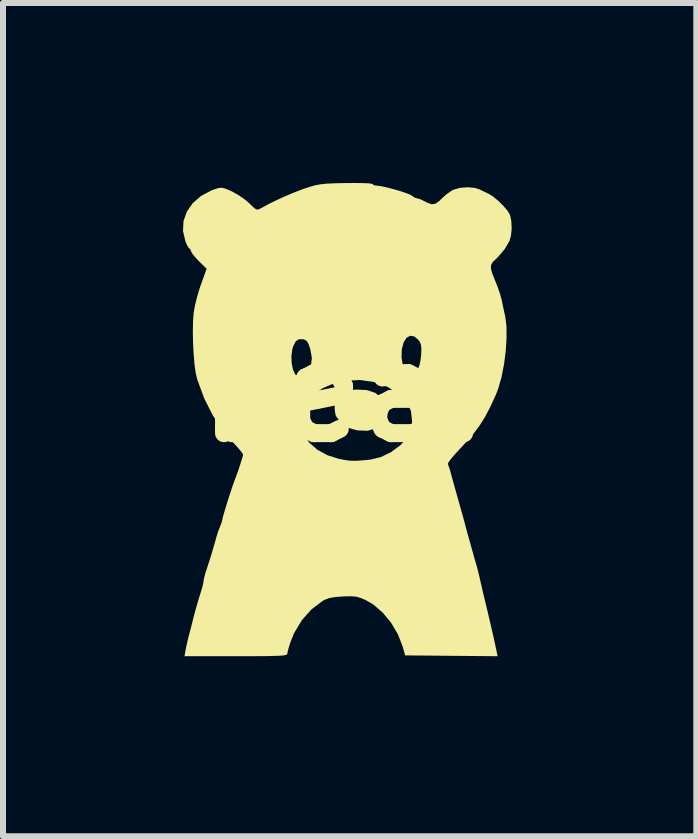
<source format=kicad_pcb>
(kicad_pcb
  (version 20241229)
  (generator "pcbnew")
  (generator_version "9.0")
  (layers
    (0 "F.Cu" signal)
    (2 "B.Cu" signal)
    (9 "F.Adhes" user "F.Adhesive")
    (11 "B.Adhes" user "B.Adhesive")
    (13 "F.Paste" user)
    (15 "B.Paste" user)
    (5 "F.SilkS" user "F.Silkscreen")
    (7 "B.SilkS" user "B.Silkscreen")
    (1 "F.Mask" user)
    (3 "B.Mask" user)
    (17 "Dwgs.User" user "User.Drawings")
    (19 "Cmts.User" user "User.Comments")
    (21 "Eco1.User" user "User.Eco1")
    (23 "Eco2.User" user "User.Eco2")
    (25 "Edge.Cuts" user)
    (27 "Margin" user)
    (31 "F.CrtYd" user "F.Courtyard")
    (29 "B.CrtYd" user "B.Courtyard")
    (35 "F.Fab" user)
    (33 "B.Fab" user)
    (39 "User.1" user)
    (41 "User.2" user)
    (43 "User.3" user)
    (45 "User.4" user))
  (footprint "bear"
    (layer "F.Cu")
    (at 2.791 3.491)
    (property "Reference" "bear" (at 0 0 0) (layer "F.SilkS") (effects (font (size 1.5 1.5) (thickness 0.3))))
    (attr board_only exclude_from_pos_files exclude_from_bom)
    (fp_poly (pts (xy 0.274 -0.04) (xy 0.414 0.007) (xy 0.52 0.094) (xy 0.578 0.187) (xy 0.615 0.299) (xy 0.612 0.39) (xy 0.565 0.475) (xy 0.535 0.51) (xy 0.42 0.598) (xy 0.283 0.639) (xy 0.123 0.632) (xy 0.058 0.617) (xy -0.066 0.579) (xy -0.143 0.544) (xy -0.18 0.509) (xy -0.184 0.489) (xy -0.203 0.444) (xy -0.224 0.421) (xy -0.246 0.381) (xy -0.259 0.317) (xy -0.264 0.246) (xy -0.258 0.187) (xy -0.24 0.158) (xy -0.237 0.158) (xy -0.211 0.139) (xy -0.211 0.133) (xy -0.193 0.099) (xy -0.151 0.048) (xy -0.138 0.035) (xy -0.086 -0.008) (xy -0.027 -0.032) (xy 0.06 -0.045) (xy 0.1 -0.048)) (stroke (width 0) (type solid)) (fill yes) (layer "F.SilkS"))
    (fp_poly (pts (xy 0.218 -3.489) (xy 0.311 -3.485) (xy 0.361 -3.477) (xy 0.368 -3.473) (xy 0.391 -3.454) (xy 0.429 -3.448) (xy 0.495 -3.441) (xy 0.592 -3.421) (xy 0.704 -3.392) (xy 0.817 -3.36) (xy 0.919 -3.326) (xy 0.994 -3.297) (xy 1.024 -3.279) (xy 1.073 -3.246) (xy 1.101 -3.238) (xy 1.149 -3.226) (xy 1.185 -3.211) (xy 1.255 -3.176) (xy 1.289 -3.159) (xy 1.357 -3.136) (xy 1.417 -3.146) (xy 1.483 -3.194) (xy 1.522 -3.233) (xy 1.599 -3.302) (xy 1.682 -3.36) (xy 1.715 -3.378) (xy 1.824 -3.41) (xy 1.95 -3.42) (xy 2.071 -3.41) (xy 2.15 -3.385) (xy 2.232 -3.345) (xy 2.302 -3.312) (xy 2.376 -3.266) (xy 2.462 -3.195) (xy 2.547 -3.111) (xy 2.617 -3.03) (xy 2.657 -2.964) (xy 2.658 -2.963) (xy 2.681 -2.857) (xy 2.687 -2.73) (xy 2.674 -2.607) (xy 2.651 -2.527) (xy 2.57 -2.388) (xy 2.456 -2.255) (xy 2.426 -2.226) (xy 2.371 -2.173) (xy 2.343 -2.124) (xy 2.341 -2.066) (xy 2.362 -1.987) (xy 2.405 -1.879) (xy 2.451 -1.763) (xy 2.491 -1.647) (xy 2.518 -1.552) (xy 2.521 -1.54) (xy 2.543 -1.432) (xy 2.569 -1.312) (xy 2.58 -1.263) (xy 2.6 -1.103) (xy 2.602 -0.909) (xy 2.588 -0.694) (xy 2.56 -0.474) (xy 2.519 -0.262) (xy 2.466 -0.074) (xy 2.425 0.035) (xy 2.331 0.24) (xy 2.242 0.409) (xy 2.149 0.557) (xy 2.042 0.698) (xy 1.912 0.846) (xy 1.832 0.932) (xy 1.747 1.023) (xy 1.68 1.102) (xy 1.636 1.161) (xy 1.623 1.19) (xy 1.623 1.191) (xy 1.637 1.228) (xy 1.66 1.3) (xy 1.685 1.391) (xy 1.713 1.492) (xy 1.75 1.624) (xy 1.79 1.766) (xy 1.815 1.856) (xy 1.849 1.976) (xy 1.878 2.08) (xy 1.899 2.156) (xy 1.908 2.19) (xy 1.92 2.239) (xy 1.942 2.318) (xy 1.961 2.387) (xy 1.993 2.5) (xy 2.025 2.617) (xy 2.041 2.672) (xy 2.068 2.77) (xy 2.096 2.865) (xy 2.105 2.896) (xy 2.125 2.973) (xy 2.15 3.076) (xy 2.169 3.16) (xy 2.195 3.273) (xy 2.227 3.409) (xy 2.258 3.537) (xy 2.259 3.54) (xy 2.292 3.679) (xy 2.33 3.841) (xy 2.369 4.01) (xy 2.404 4.166) (xy 2.431 4.293) (xy 2.435 4.311) (xy 2.452 4.396) (xy 1.682 4.389) (xy 0.912 4.382) (xy 0.871 4.237) (xy 0.791 4.031) (xy 0.677 3.838) (xy 0.537 3.669) (xy 0.38 3.533) (xy 0.25 3.458) (xy 0.169 3.424) (xy 0.099 3.404) (xy 0.02 3.397) (xy -0.085 3.398) (xy -0.129 3.4) (xy -0.258 3.41) (xy -0.351 3.426) (xy -0.424 3.453) (xy -0.462 3.473) (xy -0.65 3.615) (xy -0.811 3.796) (xy -0.938 4.008) (xy -0.997 4.152) (xy -1.026 4.243) (xy -1.046 4.317) (xy -1.053 4.356) (xy -1.058 4.367) (xy -1.079 4.376) (xy -1.119 4.383) (xy -1.183 4.388) (xy -1.278 4.391) (xy -1.407 4.394) (xy -1.577 4.395) (xy -1.792 4.396) (xy -1.909 4.396) (xy -2.766 4.396) (xy -2.749 4.297) (xy -2.732 4.213) (xy -2.708 4.109) (xy -2.694 4.053) (xy -2.667 3.952) (xy -2.635 3.827) (xy -2.606 3.711) (xy -2.572 3.587) (xy -2.534 3.456) (xy -2.503 3.356) (xy -2.474 3.264) (xy -2.455 3.187) (xy -2.449 3.147) (xy -2.44 3.095) (xy -2.419 3.014) (xy -2.398 2.95) (xy -2.33 2.74) (xy -2.257 2.492) (xy -2.234 2.408) (xy -2.205 2.316) (xy -2.172 2.23) (xy -2.168 2.22) (xy -2.143 2.154) (xy -2.132 2.105) (xy -2.132 2.103) (xy -2.124 2.067) (xy -2.103 1.994) (xy -2.073 1.894) (xy -2.038 1.781) (xy -2 1.665) (xy -1.965 1.559) (xy -1.935 1.474) (xy -1.92 1.435) (xy -1.893 1.363) (xy -1.861 1.273) (xy -1.831 1.18) (xy -1.806 1.099) (xy -1.791 1.046) (xy -1.79 1.035) (xy -1.807 1.004) (xy -1.852 0.948) (xy -1.914 0.878) (xy -1.916 0.877) (xy -2.124 0.635) (xy -2.258 0.436) (xy -0.839 0.436) (xy -0.825 0.58) (xy -0.771 0.719) (xy -0.678 0.847) (xy -0.547 0.958) (xy -0.379 1.048) (xy -0.2 1.104) (xy -0.098 1.125) (xy -0.008 1.137) (xy 0.086 1.139) (xy 0.201 1.132) (xy 0.332 1.119) (xy 0.504 1.078) (xy 0.676 0.995) (xy 0.831 0.88) (xy 0.925 0.781) (xy 0.981 0.705) (xy 1.012 0.645) (xy 1.024 0.576) (xy 1.027 0.484) (xy 1.009 0.314) (xy 0.954 0.176) (xy 0.858 0.062) (xy 0.824 0.034) (xy 0.618 -0.093) (xy 0.393 -0.174) (xy 0.157 -0.208) (xy -0.083 -0.195) (xy -0.321 -0.133) (xy -0.461 -0.072) (xy -0.622 0.034) (xy -0.738 0.157) (xy -0.81 0.294) (xy -0.839 0.436) (xy -2.258 0.436) (xy -2.295 0.381) (xy -2.436 0.102) (xy -2.553 -0.215) (xy -2.556 -0.224) (xy -2.58 -0.33) (xy -2.6 -0.475) (xy -2.611 -0.61) (xy -0.984 -0.61) (xy -0.98 -0.49) (xy -0.958 -0.38) (xy -0.92 -0.301) (xy -0.917 -0.298) (xy -0.861 -0.265) (xy -0.792 -0.274) (xy -0.728 -0.32) (xy -0.716 -0.336) (xy -0.658 -0.451) (xy -0.643 -0.576) (xy -0.645 -0.585) (xy 0.851 -0.585) (xy 0.869 -0.474) (xy 0.907 -0.391) (xy 0.961 -0.343) (xy 1.024 -0.334) (xy 1.094 -0.37) (xy 1.131 -0.407) (xy 1.15 -0.453) (xy 1.167 -0.534) (xy 1.178 -0.626) (xy 1.182 -0.726) (xy 1.176 -0.792) (xy 1.157 -0.841) (xy 1.133 -0.875) (xy 1.064 -0.934) (xy 0.995 -0.945) (xy 0.934 -0.91) (xy 0.885 -0.833) (xy 0.856 -0.721) (xy 0.851 -0.585) (xy -0.645 -0.585) (xy -0.67 -0.723) (xy -0.7 -0.81) (xy -0.73 -0.859) (xy -0.771 -0.882) (xy -0.781 -0.885) (xy -0.856 -0.889) (xy -0.911 -0.853) (xy -0.953 -0.773) (xy -0.969 -0.721) (xy -0.984 -0.61) (xy -2.611 -0.61) (xy -2.614 -0.647) (xy -2.624 -0.831) (xy -2.627 -1.015) (xy -2.624 -1.186) (xy -2.613 -1.331) (xy -2.611 -1.342) (xy -2.59 -1.457) (xy -2.555 -1.597) (xy -2.513 -1.739) (xy -2.491 -1.801) (xy -2.397 -2.062) (xy -2.528 -2.19) (xy -2.593 -2.26) (xy -2.64 -2.32) (xy -2.658 -2.357) (xy -2.658 -2.357) (xy -2.671 -2.391) (xy -2.681 -2.395) (xy -2.703 -2.418) (xy -2.733 -2.475) (xy -2.751 -2.519) (xy -2.791 -2.691) (xy -2.782 -2.858) (xy -2.726 -3.015) (xy -2.628 -3.156) (xy -2.49 -3.276) (xy -2.315 -3.368) (xy -2.249 -3.392) (xy -2.189 -3.409) (xy -2.14 -3.411) (xy -2.083 -3.397) (xy -2.002 -3.362) (xy -1.969 -3.347) (xy -1.859 -3.285) (xy -1.749 -3.208) (xy -1.681 -3.148) (xy -1.616 -3.084) (xy -1.574 -3.053) (xy -1.541 -3.048) (xy -1.505 -3.064) (xy -1.499 -3.067) (xy -1.352 -3.146) (xy -1.176 -3.231) (xy -0.991 -3.312) (xy -0.818 -3.38) (xy -0.752 -3.403) (xy -0.659 -3.433) (xy -0.579 -3.455) (xy -0.5 -3.469) (xy -0.41 -3.479) (xy -0.297 -3.485) (xy -0.149 -3.489) (xy -0.072 -3.49) (xy 0.088 -3.491)) (stroke (width 0) (type solid)) (fill yes) (layer "F.SilkS")))
  (gr_rect
    (start -3 -3)
    (end 8.555 10.888)
    (stroke (width 0.1) (type default))
    (fill no)
    (layer "Edge.Cuts")))
</source>
